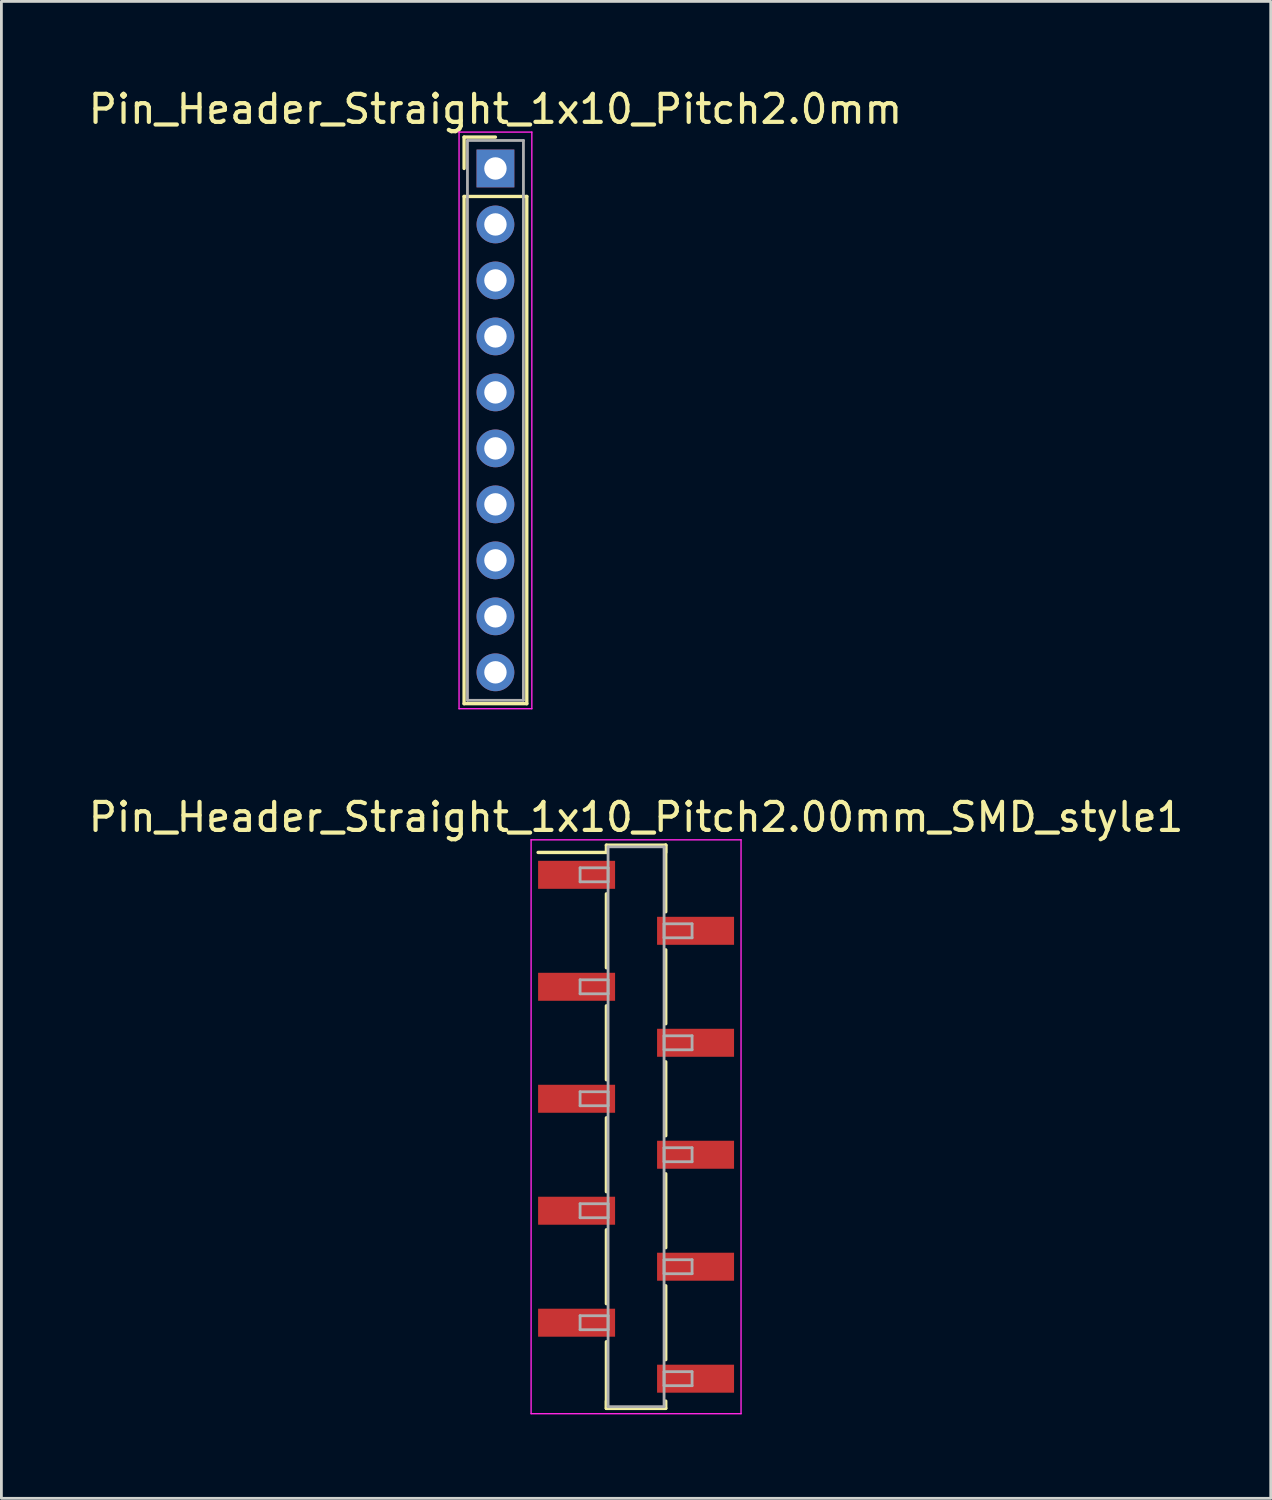
<source format=kicad_pcb>
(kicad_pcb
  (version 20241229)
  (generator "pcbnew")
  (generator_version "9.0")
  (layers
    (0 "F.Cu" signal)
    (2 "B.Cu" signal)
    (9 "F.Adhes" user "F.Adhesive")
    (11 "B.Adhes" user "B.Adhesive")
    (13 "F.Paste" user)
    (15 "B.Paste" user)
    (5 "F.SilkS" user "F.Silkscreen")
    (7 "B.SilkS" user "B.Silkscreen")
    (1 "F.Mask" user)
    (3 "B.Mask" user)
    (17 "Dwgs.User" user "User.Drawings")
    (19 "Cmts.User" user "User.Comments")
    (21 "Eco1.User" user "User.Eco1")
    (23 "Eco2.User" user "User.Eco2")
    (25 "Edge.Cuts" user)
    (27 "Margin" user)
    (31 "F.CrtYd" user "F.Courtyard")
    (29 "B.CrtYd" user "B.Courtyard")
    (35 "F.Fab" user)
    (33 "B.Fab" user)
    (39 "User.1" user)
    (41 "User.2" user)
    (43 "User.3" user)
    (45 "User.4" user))
  (footprint "Pin_Header_Straight_1x10_Pitch2.00mm_SMD_style1"
    (layer "F.Cu")
    (at 19.673 37.202)
    (property "Reference" "Pin_Header_Straight_1x10_Pitch2.00mm_SMD_style1" (at 0 -11.06 0) (layer "F.SilkS") (effects (font (size 1 1) (thickness 0.15))))
    (attr smd)
    (fp_line (start -1.06 -10.06) (end 1.06 -10.06) (stroke (width 0.12) (type solid)) (layer "F.SilkS"))
    (fp_line (start -1.06 -9.8) (end -3.5 -9.8) (stroke (width 0.12) (type solid)) (layer "F.SilkS"))
    (fp_line (start -1.06 -9.8) (end -1.06 -10.06) (stroke (width 0.12) (type solid)) (layer "F.SilkS"))
    (fp_line (start -1.06 -8.32) (end -1.06 -5.68) (stroke (width 0.12) (type solid)) (layer "F.SilkS"))
    (fp_line (start -1.06 -4.32) (end -1.06 -1.68) (stroke (width 0.12) (type solid)) (layer "F.SilkS"))
    (fp_line (start -1.06 -0.32) (end -1.06 2.32) (stroke (width 0.12) (type solid)) (layer "F.SilkS"))
    (fp_line (start -1.06 3.68) (end -1.06 6.32) (stroke (width 0.12) (type solid)) (layer "F.SilkS"))
    (fp_line (start -1.06 7.68) (end -1.06 10.06) (stroke (width 0.12) (type solid)) (layer "F.SilkS"))
    (fp_line (start -1.06 9.8) (end -1.06 10.06) (stroke (width 0.12) (type solid)) (layer "F.SilkS"))
    (fp_line (start -1.06 10.06) (end 1.06 10.06) (stroke (width 0.12) (type solid)) (layer "F.SilkS"))
    (fp_line (start 1.06 -10.06) (end 1.06 -9.8) (stroke (width 0.12) (type solid)) (layer "F.SilkS"))
    (fp_line (start 1.06 -10.06) (end 1.06 -7.68) (stroke (width 0.12) (type solid)) (layer "F.SilkS"))
    (fp_line (start 1.06 -6.32) (end 1.06 -3.68) (stroke (width 0.12) (type solid)) (layer "F.SilkS"))
    (fp_line (start 1.06 -2.32) (end 1.06 0.32) (stroke (width 0.12) (type solid)) (layer "F.SilkS"))
    (fp_line (start 1.06 1.68) (end 1.06 4.32) (stroke (width 0.12) (type solid)) (layer "F.SilkS"))
    (fp_line (start 1.06 5.68) (end 1.06 8.32) (stroke (width 0.12) (type solid)) (layer "F.SilkS"))
    (fp_line (start 1.06 10.06) (end 1.06 9.8) (stroke (width 0.12) (type solid)) (layer "F.SilkS"))
    (fp_line (start -3.75 -10.25) (end -3.75 10.25) (stroke (width 0.05) (type solid)) (layer "F.CrtYd"))
    (fp_line (start -3.75 10.25) (end 3.75 10.25) (stroke (width 0.05) (type solid)) (layer "F.CrtYd"))
    (fp_line (start 3.75 -10.25) (end -3.75 -10.25) (stroke (width 0.05) (type solid)) (layer "F.CrtYd"))
    (fp_line (start 3.75 10.25) (end 3.75 -10.25) (stroke (width 0.05) (type solid)) (layer "F.CrtYd"))
    (fp_line (start -2 -9.25) (end -1 -9.25) (stroke (width 0.1) (type solid)) (layer "F.Fab"))
    (fp_line (start -2 -8.75) (end -2 -9.25) (stroke (width 0.1) (type solid)) (layer "F.Fab"))
    (fp_line (start -2 -5.25) (end -1 -5.25) (stroke (width 0.1) (type solid)) (layer "F.Fab"))
    (fp_line (start -2 -4.75) (end -2 -5.25) (stroke (width 0.1) (type solid)) (layer "F.Fab"))
    (fp_line (start -2 -1.25) (end -1 -1.25) (stroke (width 0.1) (type solid)) (layer "F.Fab"))
    (fp_line (start -2 -0.75) (end -2 -1.25) (stroke (width 0.1) (type solid)) (layer "F.Fab"))
    (fp_line (start -2 2.75) (end -1 2.75) (stroke (width 0.1) (type solid)) (layer "F.Fab"))
    (fp_line (start -2 3.25) (end -2 2.75) (stroke (width 0.1) (type solid)) (layer "F.Fab"))
    (fp_line (start -2 6.75) (end -1 6.75) (stroke (width 0.1) (type solid)) (layer "F.Fab"))
    (fp_line (start -2 7.25) (end -2 6.75) (stroke (width 0.1) (type solid)) (layer "F.Fab"))
    (fp_line (start -1 -10) (end -1 10) (stroke (width 0.1) (type solid)) (layer "F.Fab"))
    (fp_line (start -1 -9.25) (end -1 -8.75) (stroke (width 0.1) (type solid)) (layer "F.Fab"))
    (fp_line (start -1 -8.75) (end -2 -8.75) (stroke (width 0.1) (type solid)) (layer "F.Fab"))
    (fp_line (start -1 -5.25) (end -1 -4.75) (stroke (width 0.1) (type solid)) (layer "F.Fab"))
    (fp_line (start -1 -4.75) (end -2 -4.75) (stroke (width 0.1) (type solid)) (layer "F.Fab"))
    (fp_line (start -1 -1.25) (end -1 -0.75) (stroke (width 0.1) (type solid)) (layer "F.Fab"))
    (fp_line (start -1 -0.75) (end -2 -0.75) (stroke (width 0.1) (type solid)) (layer "F.Fab"))
    (fp_line (start -1 2.75) (end -1 3.25) (stroke (width 0.1) (type solid)) (layer "F.Fab"))
    (fp_line (start -1 3.25) (end -2 3.25) (stroke (width 0.1) (type solid)) (layer "F.Fab"))
    (fp_line (start -1 6.75) (end -1 7.25) (stroke (width 0.1) (type solid)) (layer "F.Fab"))
    (fp_line (start -1 7.25) (end -2 7.25) (stroke (width 0.1) (type solid)) (layer "F.Fab"))
    (fp_line (start -1 10) (end 1 10) (stroke (width 0.1) (type solid)) (layer "F.Fab"))
    (fp_line (start 1 -10) (end -1 -10) (stroke (width 0.1) (type solid)) (layer "F.Fab"))
    (fp_line (start 1 -7.25) (end 1 -6.75) (stroke (width 0.1) (type solid)) (layer "F.Fab"))
    (fp_line (start 1 -6.75) (end 2 -6.75) (stroke (width 0.1) (type solid)) (layer "F.Fab"))
    (fp_line (start 1 -3.25) (end 1 -2.75) (stroke (width 0.1) (type solid)) (layer "F.Fab"))
    (fp_line (start 1 -2.75) (end 2 -2.75) (stroke (width 0.1) (type solid)) (layer "F.Fab"))
    (fp_line (start 1 0.75) (end 1 1.25) (stroke (width 0.1) (type solid)) (layer "F.Fab"))
    (fp_line (start 1 1.25) (end 2 1.25) (stroke (width 0.1) (type solid)) (layer "F.Fab"))
    (fp_line (start 1 4.75) (end 1 5.25) (stroke (width 0.1) (type solid)) (layer "F.Fab"))
    (fp_line (start 1 5.25) (end 2 5.25) (stroke (width 0.1) (type solid)) (layer "F.Fab"))
    (fp_line (start 1 8.75) (end 1 9.25) (stroke (width 0.1) (type solid)) (layer "F.Fab"))
    (fp_line (start 1 9.25) (end 2 9.25) (stroke (width 0.1) (type solid)) (layer "F.Fab"))
    (fp_line (start 1 10) (end 1 -10) (stroke (width 0.1) (type solid)) (layer "F.Fab"))
    (fp_line (start 2 -7.25) (end 1 -7.25) (stroke (width 0.1) (type solid)) (layer "F.Fab"))
    (fp_line (start 2 -6.75) (end 2 -7.25) (stroke (width 0.1) (type solid)) (layer "F.Fab"))
    (fp_line (start 2 -3.25) (end 1 -3.25) (stroke (width 0.1) (type solid)) (layer "F.Fab"))
    (fp_line (start 2 -2.75) (end 2 -3.25) (stroke (width 0.1) (type solid)) (layer "F.Fab"))
    (fp_line (start 2 0.75) (end 1 0.75) (stroke (width 0.1) (type solid)) (layer "F.Fab"))
    (fp_line (start 2 1.25) (end 2 0.75) (stroke (width 0.1) (type solid)) (layer "F.Fab"))
    (fp_line (start 2 4.75) (end 1 4.75) (stroke (width 0.1) (type solid)) (layer "F.Fab"))
    (fp_line (start 2 5.25) (end 2 4.75) (stroke (width 0.1) (type solid)) (layer "F.Fab"))
    (fp_line (start 2 8.75) (end 1 8.75) (stroke (width 0.1) (type solid)) (layer "F.Fab"))
    (fp_line (start 2 9.25) (end 2 8.75) (stroke (width 0.1) (type solid)) (layer "F.Fab"))
    (pad "1" smd rect (at -2.125 -9) (size 2.75 1) (layers "F.Cu" "F.Mask"))
    (pad "2" smd rect (at 2.125 -7) (size 2.75 1) (layers "F.Cu" "F.Mask"))
    (pad "3" smd rect (at -2.125 -5) (size 2.75 1) (layers "F.Cu" "F.Mask"))
    (pad "4" smd rect (at 2.125 -3) (size 2.75 1) (layers "F.Cu" "F.Mask"))
    (pad "5" smd rect (at -2.125 -1) (size 2.75 1) (layers "F.Cu" "F.Mask"))
    (pad "6" smd rect (at 2.125 1) (size 2.75 1) (layers "F.Cu" "F.Mask"))
    (pad "7" smd rect (at -2.125 3) (size 2.75 1) (layers "F.Cu" "F.Mask"))
    (pad "8" smd rect (at 2.125 5) (size 2.75 1) (layers "F.Cu" "F.Mask"))
    (pad "9" smd rect (at -2.125 7) (size 2.75 1) (layers "F.Cu" "F.Mask"))
    (pad "10" smd rect (at 2.125 9) (size 2.75 1) (layers "F.Cu" "F.Mask")))
  (footprint "Pin_Header_Straight_1x10_Pitch2.0mm"
    (layer "F.Cu")
    (at 14.649 2.968)
    (property "Reference" "Pin_Header_Straight_1x10_Pitch2.0mm" (at 0 -2.12 0) (layer "F.SilkS") (effects (font (size 1 1) (thickness 0.15))))
    (attr through_hole)
    (fp_line (start -1.12 -1.12) (end 0 -1.12) (stroke (width 0.12) (type solid)) (layer "F.SilkS"))
    (fp_line (start -1.12 0) (end -1.12 -1.12) (stroke (width 0.12) (type solid)) (layer "F.SilkS"))
    (fp_line (start -1.12 1) (end -1.12 19.12) (stroke (width 0.12) (type solid)) (layer "F.SilkS"))
    (fp_line (start -1.12 19.12) (end 1.12 19.12) (stroke (width 0.12) (type solid)) (layer "F.SilkS"))
    (fp_line (start 1.12 1) (end -1.12 1) (stroke (width 0.12) (type solid)) (layer "F.SilkS"))
    (fp_line (start 1.12 19.12) (end 1.12 1) (stroke (width 0.12) (type solid)) (layer "F.SilkS"))
    (fp_line (start -1.3 -1.3) (end -1.3 19.3) (stroke (width 0.05) (type solid)) (layer "F.CrtYd"))
    (fp_line (start -1.3 19.3) (end 1.3 19.3) (stroke (width 0.05) (type solid)) (layer "F.CrtYd"))
    (fp_line (start 1.3 -1.3) (end -1.3 -1.3) (stroke (width 0.05) (type solid)) (layer "F.CrtYd"))
    (fp_line (start 1.3 19.3) (end 1.3 -1.3) (stroke (width 0.05) (type solid)) (layer "F.CrtYd"))
    (fp_line (start -1 -1) (end -1 19) (stroke (width 0.1) (type solid)) (layer "F.Fab"))
    (fp_line (start -1 19) (end 1 19) (stroke (width 0.1) (type solid)) (layer "F.Fab"))
    (fp_line (start 1 -1) (end -1 -1) (stroke (width 0.1) (type solid)) (layer "F.Fab"))
    (fp_line (start 1 19) (end 1 -1) (stroke (width 0.1) (type solid)) (layer "F.Fab"))
    (pad "1" thru_hole rect (at 0 0) (size 1.35 1.35) (drill 0.8) (layers "*.Cu" "*.Mask"))
    (pad "2" thru_hole oval (at 0 2) (size 1.35 1.35) (drill 0.8) (layers "*.Cu" "*.Mask"))
    (pad "3" thru_hole oval (at 0 4) (size 1.35 1.35) (drill 0.8) (layers "*.Cu" "*.Mask"))
    (pad "4" thru_hole oval (at 0 6) (size 1.35 1.35) (drill 0.8) (layers "*.Cu" "*.Mask"))
    (pad "5" thru_hole oval (at 0 8) (size 1.35 1.35) (drill 0.8) (layers "*.Cu" "*.Mask"))
    (pad "6" thru_hole oval (at 0 10) (size 1.35 1.35) (drill 0.8) (layers "*.Cu" "*.Mask"))
    (pad "7" thru_hole oval (at 0 12) (size 1.35 1.35) (drill 0.8) (layers "*.Cu" "*.Mask"))
    (pad "8" thru_hole oval (at 0 14) (size 1.35 1.35) (drill 0.8) (layers "*.Cu" "*.Mask"))
    (pad "9" thru_hole oval (at 0 16) (size 1.35 1.35) (drill 0.8) (layers "*.Cu" "*.Mask"))
    (pad "10" thru_hole oval (at 0 18) (size 1.35 1.35) (drill 0.8) (layers "*.Cu" "*.Mask")))
  (gr_rect
    (start -3 -3)
    (end 42.345 50.477)
    (stroke (width 0.1) (type default))
    (fill no)
    (layer "Edge.Cuts")))
</source>
